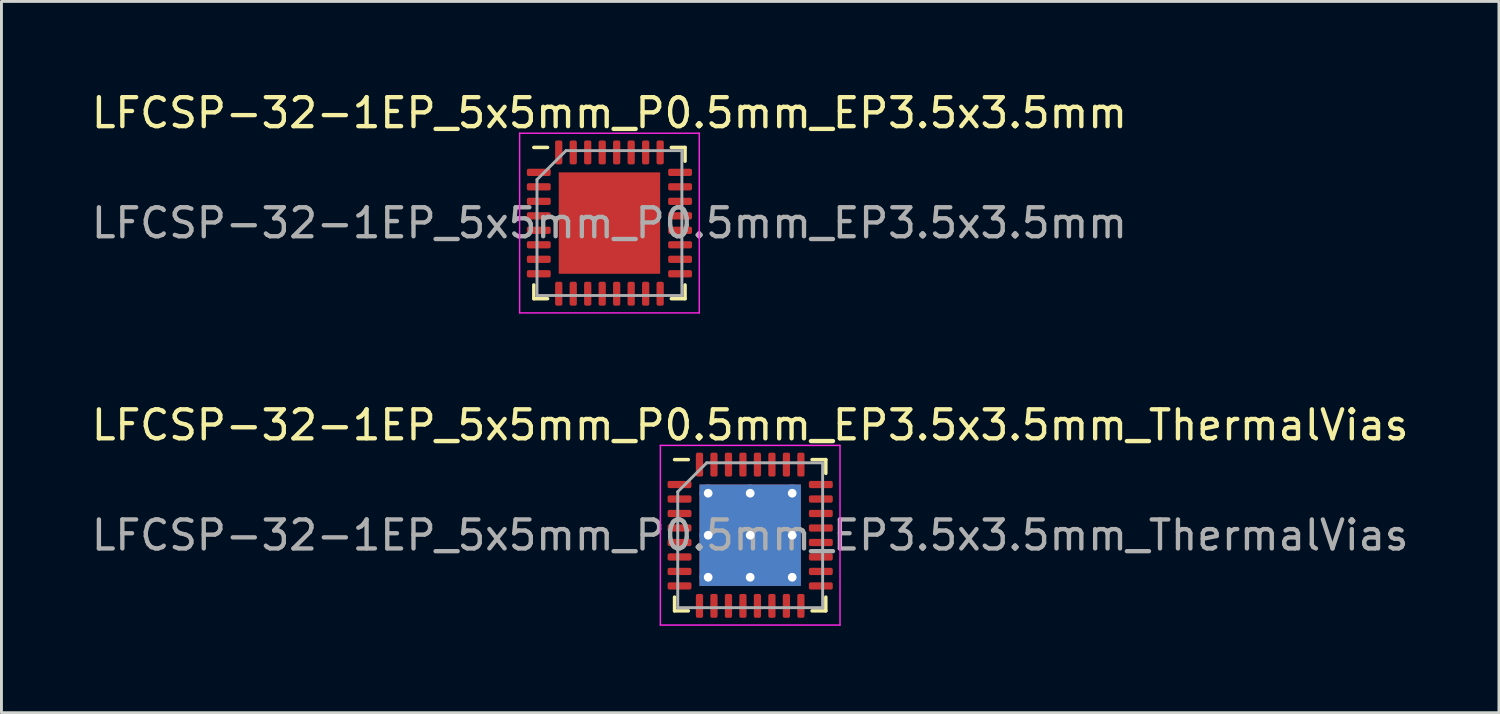
<source format=kicad_pcb>
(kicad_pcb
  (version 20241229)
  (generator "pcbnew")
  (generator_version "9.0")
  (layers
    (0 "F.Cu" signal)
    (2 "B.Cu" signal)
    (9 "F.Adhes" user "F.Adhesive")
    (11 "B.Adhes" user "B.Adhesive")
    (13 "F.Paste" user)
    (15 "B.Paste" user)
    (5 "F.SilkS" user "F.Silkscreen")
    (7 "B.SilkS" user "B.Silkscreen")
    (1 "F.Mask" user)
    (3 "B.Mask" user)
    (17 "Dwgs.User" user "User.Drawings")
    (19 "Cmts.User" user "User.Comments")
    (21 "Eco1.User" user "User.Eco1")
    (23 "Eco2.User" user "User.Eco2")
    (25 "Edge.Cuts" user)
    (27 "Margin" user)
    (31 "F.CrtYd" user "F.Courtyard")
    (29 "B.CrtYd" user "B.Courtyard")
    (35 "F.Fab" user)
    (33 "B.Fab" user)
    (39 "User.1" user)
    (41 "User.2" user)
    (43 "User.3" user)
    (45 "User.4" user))
  (footprint "LFCSP-32-1EP_5x5mm_P0.5mm_EP3.5x3.5mm_ThermalVias"
    (layer "F.Cu")
    (at 22.839 15.421)
    (property "Reference" "LFCSP-32-1EP_5x5mm_P0.5mm_EP3.5x3.5mm_ThermalVias" (at 0 -3.8 0) (layer "F.SilkS") (effects (font (size 1 1) (thickness 0.15))))
    (attr smd)
    (fp_line (start -2.61 2.61) (end -2.61 2.135) (stroke (width 0.12) (type solid)) (layer "F.SilkS"))
    (fp_line (start -2.135 -2.61) (end -2.61 -2.61) (stroke (width 0.12) (type solid)) (layer "F.SilkS"))
    (fp_line (start -2.135 2.61) (end -2.61 2.61) (stroke (width 0.12) (type solid)) (layer "F.SilkS"))
    (fp_line (start 2.135 -2.61) (end 2.61 -2.61) (stroke (width 0.12) (type solid)) (layer "F.SilkS"))
    (fp_line (start 2.135 2.61) (end 2.61 2.61) (stroke (width 0.12) (type solid)) (layer "F.SilkS"))
    (fp_line (start 2.61 -2.61) (end 2.61 -2.135) (stroke (width 0.12) (type solid)) (layer "F.SilkS"))
    (fp_line (start 2.61 2.61) (end 2.61 2.135) (stroke (width 0.12) (type solid)) (layer "F.SilkS"))
    (fp_line (start -3.1 -3.1) (end -3.1 3.1) (stroke (width 0.05) (type solid)) (layer "F.CrtYd"))
    (fp_line (start -3.1 3.1) (end 3.1 3.1) (stroke (width 0.05) (type solid)) (layer "F.CrtYd"))
    (fp_line (start 3.1 -3.1) (end -3.1 -3.1) (stroke (width 0.05) (type solid)) (layer "F.CrtYd"))
    (fp_line (start 3.1 3.1) (end 3.1 -3.1) (stroke (width 0.05) (type solid)) (layer "F.CrtYd"))
    (fp_line (start -2.5 -1.5) (end -1.5 -2.5) (stroke (width 0.1) (type solid)) (layer "F.Fab"))
    (fp_line (start -2.5 2.5) (end -2.5 -1.5) (stroke (width 0.1) (type solid)) (layer "F.Fab"))
    (fp_line (start -1.5 -2.5) (end 2.5 -2.5) (stroke (width 0.1) (type solid)) (layer "F.Fab"))
    (fp_line (start 2.5 -2.5) (end 2.5 2.5) (stroke (width 0.1) (type solid)) (layer "F.Fab"))
    (fp_line (start 2.5 2.5) (end -2.5 2.5) (stroke (width 0.1) (type solid)) (layer "F.Fab"))
    (fp_text user "${REFERENCE}" (at 0 0 0) (layer "F.Fab") (effects (font (size 1 1) (thickness 0.15))))
    (pad "" smd roundrect (at -0.875 -0.875) (size 1.46 1.46) (layers "F.Paste") (roundrect_rratio 0.171))
    (pad "" smd roundrect (at -0.875 0.875) (size 1.46 1.46) (layers "F.Paste") (roundrect_rratio 0.171))
    (pad "" smd roundrect (at 0.875 -0.875) (size 1.46 1.46) (layers "F.Paste") (roundrect_rratio 0.171))
    (pad "" smd roundrect (at 0.875 0.875) (size 1.46 1.46) (layers "F.Paste") (roundrect_rratio 0.171))
    (pad "1" smd roundrect (at -2.438 -1.75) (size 0.825 0.25) (layers "F.Cu" "F.Mask" "F.Paste") (roundrect_rratio 0.25))
    (pad "2" smd roundrect (at -2.438 -1.25) (size 0.825 0.25) (layers "F.Cu" "F.Mask" "F.Paste") (roundrect_rratio 0.25))
    (pad "3" smd roundrect (at -2.438 -0.75) (size 0.825 0.25) (layers "F.Cu" "F.Mask" "F.Paste") (roundrect_rratio 0.25))
    (pad "4" smd roundrect (at -2.438 -0.25) (size 0.825 0.25) (layers "F.Cu" "F.Mask" "F.Paste") (roundrect_rratio 0.25))
    (pad "5" smd roundrect (at -2.438 0.25) (size 0.825 0.25) (layers "F.Cu" "F.Mask" "F.Paste") (roundrect_rratio 0.25))
    (pad "6" smd roundrect (at -2.438 0.75) (size 0.825 0.25) (layers "F.Cu" "F.Mask" "F.Paste") (roundrect_rratio 0.25))
    (pad "7" smd roundrect (at -2.438 1.25) (size 0.825 0.25) (layers "F.Cu" "F.Mask" "F.Paste") (roundrect_rratio 0.25))
    (pad "8" smd roundrect (at -2.438 1.75) (size 0.825 0.25) (layers "F.Cu" "F.Mask" "F.Paste") (roundrect_rratio 0.25))
    (pad "9" smd roundrect (at -1.75 2.438) (size 0.25 0.825) (layers "F.Cu" "F.Mask" "F.Paste") (roundrect_rratio 0.25))
    (pad "10" smd roundrect (at -1.25 2.438) (size 0.25 0.825) (layers "F.Cu" "F.Mask" "F.Paste") (roundrect_rratio 0.25))
    (pad "11" smd roundrect (at -0.75 2.438) (size 0.25 0.825) (layers "F.Cu" "F.Mask" "F.Paste") (roundrect_rratio 0.25))
    (pad "12" smd roundrect (at -0.25 2.438) (size 0.25 0.825) (layers "F.Cu" "F.Mask" "F.Paste") (roundrect_rratio 0.25))
    (pad "13" smd roundrect (at 0.25 2.438) (size 0.25 0.825) (layers "F.Cu" "F.Mask" "F.Paste") (roundrect_rratio 0.25))
    (pad "14" smd roundrect (at 0.75 2.438) (size 0.25 0.825) (layers "F.Cu" "F.Mask" "F.Paste") (roundrect_rratio 0.25))
    (pad "15" smd roundrect (at 1.25 2.438) (size 0.25 0.825) (layers "F.Cu" "F.Mask" "F.Paste") (roundrect_rratio 0.25))
    (pad "16" smd roundrect (at 1.75 2.438) (size 0.25 0.825) (layers "F.Cu" "F.Mask" "F.Paste") (roundrect_rratio 0.25))
    (pad "17" smd roundrect (at 2.438 1.75) (size 0.825 0.25) (layers "F.Cu" "F.Mask" "F.Paste") (roundrect_rratio 0.25))
    (pad "18" smd roundrect (at 2.438 1.25) (size 0.825 0.25) (layers "F.Cu" "F.Mask" "F.Paste") (roundrect_rratio 0.25))
    (pad "19" smd roundrect (at 2.438 0.75) (size 0.825 0.25) (layers "F.Cu" "F.Mask" "F.Paste") (roundrect_rratio 0.25))
    (pad "20" smd roundrect (at 2.438 0.25) (size 0.825 0.25) (layers "F.Cu" "F.Mask" "F.Paste") (roundrect_rratio 0.25))
    (pad "21" smd roundrect (at 2.438 -0.25) (size 0.825 0.25) (layers "F.Cu" "F.Mask" "F.Paste") (roundrect_rratio 0.25))
    (pad "22" smd roundrect (at 2.438 -0.75) (size 0.825 0.25) (layers "F.Cu" "F.Mask" "F.Paste") (roundrect_rratio 0.25))
    (pad "23" smd roundrect (at 2.438 -1.25) (size 0.825 0.25) (layers "F.Cu" "F.Mask" "F.Paste") (roundrect_rratio 0.25))
    (pad "24" smd roundrect (at 2.438 -1.75) (size 0.825 0.25) (layers "F.Cu" "F.Mask" "F.Paste") (roundrect_rratio 0.25))
    (pad "25" smd roundrect (at 1.75 -2.438) (size 0.25 0.825) (layers "F.Cu" "F.Mask" "F.Paste") (roundrect_rratio 0.25))
    (pad "26" smd roundrect (at 1.25 -2.438) (size 0.25 0.825) (layers "F.Cu" "F.Mask" "F.Paste") (roundrect_rratio 0.25))
    (pad "27" smd roundrect (at 0.75 -2.438) (size 0.25 0.825) (layers "F.Cu" "F.Mask" "F.Paste") (roundrect_rratio 0.25))
    (pad "28" smd roundrect (at 0.25 -2.438) (size 0.25 0.825) (layers "F.Cu" "F.Mask" "F.Paste") (roundrect_rratio 0.25))
    (pad "29" smd roundrect (at -0.25 -2.438) (size 0.25 0.825) (layers "F.Cu" "F.Mask" "F.Paste") (roundrect_rratio 0.25))
    (pad "30" smd roundrect (at -0.75 -2.438) (size 0.25 0.825) (layers "F.Cu" "F.Mask" "F.Paste") (roundrect_rratio 0.25))
    (pad "31" smd roundrect (at -1.25 -2.438) (size 0.25 0.825) (layers "F.Cu" "F.Mask" "F.Paste") (roundrect_rratio 0.25))
    (pad "32" smd roundrect (at -1.75 -2.438) (size 0.25 0.825) (layers "F.Cu" "F.Mask" "F.Paste") (roundrect_rratio 0.25))
    (pad "33" thru_hole circle (at -1.45 -1.45) (size 0.6 0.6) (drill 0.3) (layers "*.Cu"))
    (pad "33" thru_hole circle (at -1.45 0) (size 0.6 0.6) (drill 0.3) (layers "*.Cu"))
    (pad "33" thru_hole circle (at -1.45 1.45) (size 0.6 0.6) (drill 0.3) (layers "*.Cu"))
    (pad "33" thru_hole circle (at 0 -1.45) (size 0.6 0.6) (drill 0.3) (layers "*.Cu"))
    (pad "33" thru_hole circle (at 0 0) (size 0.6 0.6) (drill 0.3) (layers "*.Cu"))
    (pad "33" smd rect (at 0 0) (size 3.5 3.5) (layers "F.Cu" "F.Mask"))
    (pad "33" smd rect (at 0 0) (size 3.5 3.5) (layers "B.Cu"))
    (pad "33" thru_hole circle (at 0 1.45) (size 0.6 0.6) (drill 0.3) (layers "*.Cu"))
    (pad "33" thru_hole circle (at 1.45 -1.45) (size 0.6 0.6) (drill 0.3) (layers "*.Cu"))
    (pad "33" thru_hole circle (at 1.45 0) (size 0.6 0.6) (drill 0.3) (layers "*.Cu"))
    (pad "33" thru_hole circle (at 1.45 1.45) (size 0.6 0.6) (drill 0.3) (layers "*.Cu")))
  (footprint "LFCSP-32-1EP_5x5mm_P0.5mm_EP3.5x3.5mm"
    (layer "F.Cu")
    (at 17.982 4.648)
    (property "Reference" "LFCSP-32-1EP_5x5mm_P0.5mm_EP3.5x3.5mm" (at 0 -3.8 0) (layer "F.SilkS") (effects (font (size 1 1) (thickness 0.15))))
    (attr smd)
    (fp_line (start -2.61 2.61) (end -2.61 2.135) (stroke (width 0.12) (type solid)) (layer "F.SilkS"))
    (fp_line (start -2.135 -2.61) (end -2.61 -2.61) (stroke (width 0.12) (type solid)) (layer "F.SilkS"))
    (fp_line (start -2.135 2.61) (end -2.61 2.61) (stroke (width 0.12) (type solid)) (layer "F.SilkS"))
    (fp_line (start 2.135 -2.61) (end 2.61 -2.61) (stroke (width 0.12) (type solid)) (layer "F.SilkS"))
    (fp_line (start 2.135 2.61) (end 2.61 2.61) (stroke (width 0.12) (type solid)) (layer "F.SilkS"))
    (fp_line (start 2.61 -2.61) (end 2.61 -2.135) (stroke (width 0.12) (type solid)) (layer "F.SilkS"))
    (fp_line (start 2.61 2.61) (end 2.61 2.135) (stroke (width 0.12) (type solid)) (layer "F.SilkS"))
    (fp_line (start -3.1 -3.1) (end -3.1 3.1) (stroke (width 0.05) (type solid)) (layer "F.CrtYd"))
    (fp_line (start -3.1 3.1) (end 3.1 3.1) (stroke (width 0.05) (type solid)) (layer "F.CrtYd"))
    (fp_line (start 3.1 -3.1) (end -3.1 -3.1) (stroke (width 0.05) (type solid)) (layer "F.CrtYd"))
    (fp_line (start 3.1 3.1) (end 3.1 -3.1) (stroke (width 0.05) (type solid)) (layer "F.CrtYd"))
    (fp_line (start -2.5 -1.5) (end -1.5 -2.5) (stroke (width 0.1) (type solid)) (layer "F.Fab"))
    (fp_line (start -2.5 2.5) (end -2.5 -1.5) (stroke (width 0.1) (type solid)) (layer "F.Fab"))
    (fp_line (start -1.5 -2.5) (end 2.5 -2.5) (stroke (width 0.1) (type solid)) (layer "F.Fab"))
    (fp_line (start 2.5 -2.5) (end 2.5 2.5) (stroke (width 0.1) (type solid)) (layer "F.Fab"))
    (fp_line (start 2.5 2.5) (end -2.5 2.5) (stroke (width 0.1) (type solid)) (layer "F.Fab"))
    (fp_text user "${REFERENCE}" (at 0 0 0) (layer "F.Fab") (effects (font (size 1 1) (thickness 0.15))))
    (pad "" smd roundrect (at -0.875 -0.875) (size 1.41 1.41) (layers "F.Paste") (roundrect_rratio 0.177))
    (pad "" smd roundrect (at -0.875 0.875) (size 1.41 1.41) (layers "F.Paste") (roundrect_rratio 0.177))
    (pad "" smd roundrect (at 0.875 -0.875) (size 1.41 1.41) (layers "F.Paste") (roundrect_rratio 0.177))
    (pad "" smd roundrect (at 0.875 0.875) (size 1.41 1.41) (layers "F.Paste") (roundrect_rratio 0.177))
    (pad "1" smd roundrect (at -2.438 -1.75) (size 0.825 0.25) (layers "F.Cu" "F.Mask" "F.Paste") (roundrect_rratio 0.25))
    (pad "2" smd roundrect (at -2.438 -1.25) (size 0.825 0.25) (layers "F.Cu" "F.Mask" "F.Paste") (roundrect_rratio 0.25))
    (pad "3" smd roundrect (at -2.438 -0.75) (size 0.825 0.25) (layers "F.Cu" "F.Mask" "F.Paste") (roundrect_rratio 0.25))
    (pad "4" smd roundrect (at -2.438 -0.25) (size 0.825 0.25) (layers "F.Cu" "F.Mask" "F.Paste") (roundrect_rratio 0.25))
    (pad "5" smd roundrect (at -2.438 0.25) (size 0.825 0.25) (layers "F.Cu" "F.Mask" "F.Paste") (roundrect_rratio 0.25))
    (pad "6" smd roundrect (at -2.438 0.75) (size 0.825 0.25) (layers "F.Cu" "F.Mask" "F.Paste") (roundrect_rratio 0.25))
    (pad "7" smd roundrect (at -2.438 1.25) (size 0.825 0.25) (layers "F.Cu" "F.Mask" "F.Paste") (roundrect_rratio 0.25))
    (pad "8" smd roundrect (at -2.438 1.75) (size 0.825 0.25) (layers "F.Cu" "F.Mask" "F.Paste") (roundrect_rratio 0.25))
    (pad "9" smd roundrect (at -1.75 2.438) (size 0.25 0.825) (layers "F.Cu" "F.Mask" "F.Paste") (roundrect_rratio 0.25))
    (pad "10" smd roundrect (at -1.25 2.438) (size 0.25 0.825) (layers "F.Cu" "F.Mask" "F.Paste") (roundrect_rratio 0.25))
    (pad "11" smd roundrect (at -0.75 2.438) (size 0.25 0.825) (layers "F.Cu" "F.Mask" "F.Paste") (roundrect_rratio 0.25))
    (pad "12" smd roundrect (at -0.25 2.438) (size 0.25 0.825) (layers "F.Cu" "F.Mask" "F.Paste") (roundrect_rratio 0.25))
    (pad "13" smd roundrect (at 0.25 2.438) (size 0.25 0.825) (layers "F.Cu" "F.Mask" "F.Paste") (roundrect_rratio 0.25))
    (pad "14" smd roundrect (at 0.75 2.438) (size 0.25 0.825) (layers "F.Cu" "F.Mask" "F.Paste") (roundrect_rratio 0.25))
    (pad "15" smd roundrect (at 1.25 2.438) (size 0.25 0.825) (layers "F.Cu" "F.Mask" "F.Paste") (roundrect_rratio 0.25))
    (pad "16" smd roundrect (at 1.75 2.438) (size 0.25 0.825) (layers "F.Cu" "F.Mask" "F.Paste") (roundrect_rratio 0.25))
    (pad "17" smd roundrect (at 2.438 1.75) (size 0.825 0.25) (layers "F.Cu" "F.Mask" "F.Paste") (roundrect_rratio 0.25))
    (pad "18" smd roundrect (at 2.438 1.25) (size 0.825 0.25) (layers "F.Cu" "F.Mask" "F.Paste") (roundrect_rratio 0.25))
    (pad "19" smd roundrect (at 2.438 0.75) (size 0.825 0.25) (layers "F.Cu" "F.Mask" "F.Paste") (roundrect_rratio 0.25))
    (pad "20" smd roundrect (at 2.438 0.25) (size 0.825 0.25) (layers "F.Cu" "F.Mask" "F.Paste") (roundrect_rratio 0.25))
    (pad "21" smd roundrect (at 2.438 -0.25) (size 0.825 0.25) (layers "F.Cu" "F.Mask" "F.Paste") (roundrect_rratio 0.25))
    (pad "22" smd roundrect (at 2.438 -0.75) (size 0.825 0.25) (layers "F.Cu" "F.Mask" "F.Paste") (roundrect_rratio 0.25))
    (pad "23" smd roundrect (at 2.438 -1.25) (size 0.825 0.25) (layers "F.Cu" "F.Mask" "F.Paste") (roundrect_rratio 0.25))
    (pad "24" smd roundrect (at 2.438 -1.75) (size 0.825 0.25) (layers "F.Cu" "F.Mask" "F.Paste") (roundrect_rratio 0.25))
    (pad "25" smd roundrect (at 1.75 -2.438) (size 0.25 0.825) (layers "F.Cu" "F.Mask" "F.Paste") (roundrect_rratio 0.25))
    (pad "26" smd roundrect (at 1.25 -2.438) (size 0.25 0.825) (layers "F.Cu" "F.Mask" "F.Paste") (roundrect_rratio 0.25))
    (pad "27" smd roundrect (at 0.75 -2.438) (size 0.25 0.825) (layers "F.Cu" "F.Mask" "F.Paste") (roundrect_rratio 0.25))
    (pad "28" smd roundrect (at 0.25 -2.438) (size 0.25 0.825) (layers "F.Cu" "F.Mask" "F.Paste") (roundrect_rratio 0.25))
    (pad "29" smd roundrect (at -0.25 -2.438) (size 0.25 0.825) (layers "F.Cu" "F.Mask" "F.Paste") (roundrect_rratio 0.25))
    (pad "30" smd roundrect (at -0.75 -2.438) (size 0.25 0.825) (layers "F.Cu" "F.Mask" "F.Paste") (roundrect_rratio 0.25))
    (pad "31" smd roundrect (at -1.25 -2.438) (size 0.25 0.825) (layers "F.Cu" "F.Mask" "F.Paste") (roundrect_rratio 0.25))
    (pad "32" smd roundrect (at -1.75 -2.438) (size 0.25 0.825) (layers "F.Cu" "F.Mask" "F.Paste") (roundrect_rratio 0.25))
    (pad "33" smd rect (at 0 0) (size 3.5 3.5) (layers "F.Cu" "F.Mask")))
  (gr_rect
    (start -3 -3)
    (end 48.679 21.547)
    (stroke (width 0.1) (type default))
    (fill no)
    (layer "Edge.Cuts")))
</source>
